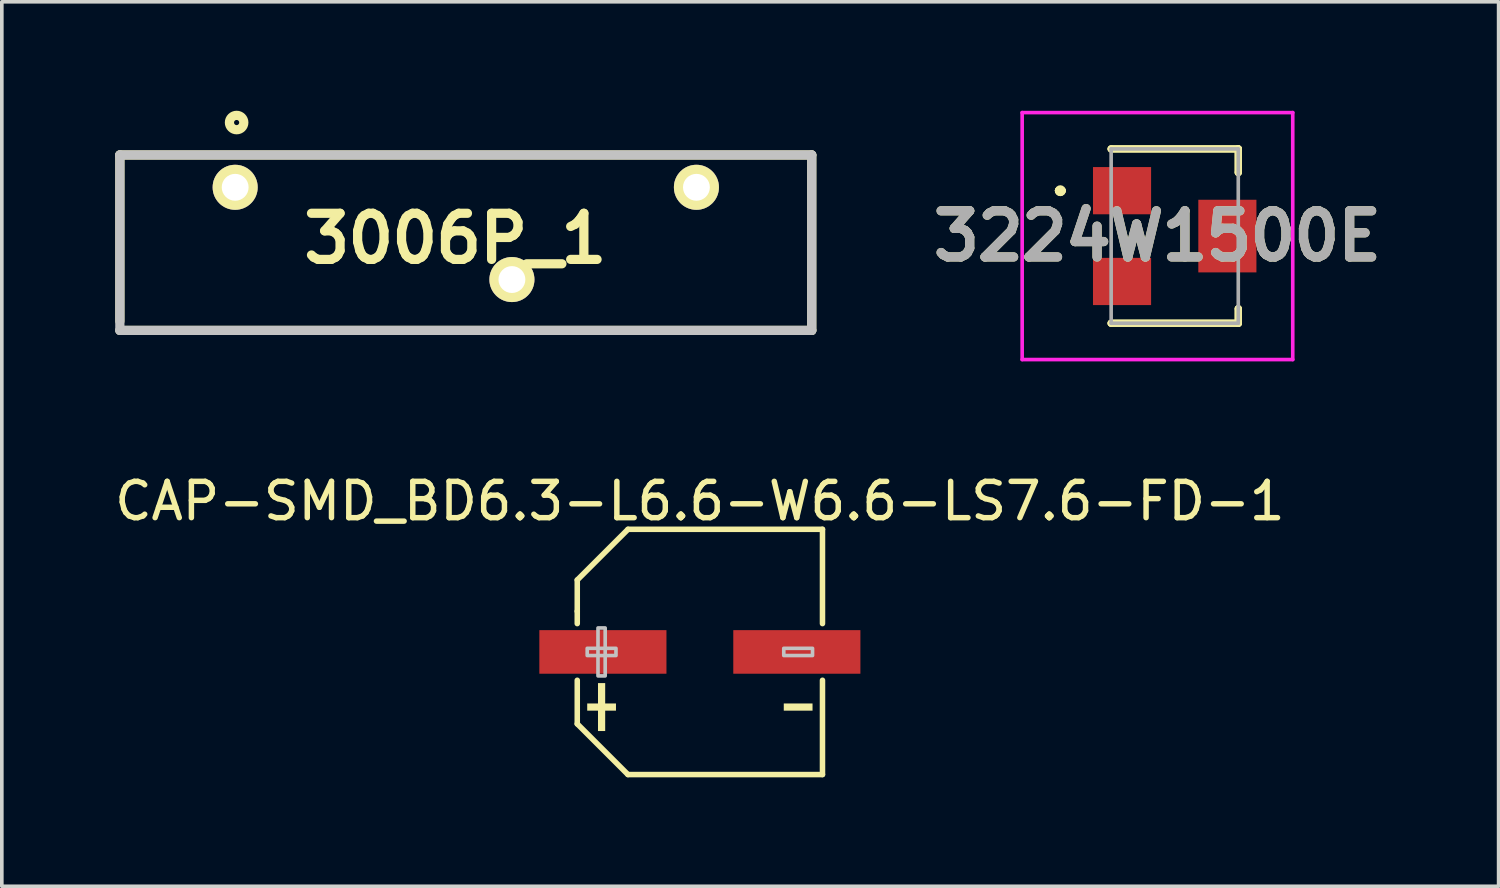
<source format=kicad_pcb>
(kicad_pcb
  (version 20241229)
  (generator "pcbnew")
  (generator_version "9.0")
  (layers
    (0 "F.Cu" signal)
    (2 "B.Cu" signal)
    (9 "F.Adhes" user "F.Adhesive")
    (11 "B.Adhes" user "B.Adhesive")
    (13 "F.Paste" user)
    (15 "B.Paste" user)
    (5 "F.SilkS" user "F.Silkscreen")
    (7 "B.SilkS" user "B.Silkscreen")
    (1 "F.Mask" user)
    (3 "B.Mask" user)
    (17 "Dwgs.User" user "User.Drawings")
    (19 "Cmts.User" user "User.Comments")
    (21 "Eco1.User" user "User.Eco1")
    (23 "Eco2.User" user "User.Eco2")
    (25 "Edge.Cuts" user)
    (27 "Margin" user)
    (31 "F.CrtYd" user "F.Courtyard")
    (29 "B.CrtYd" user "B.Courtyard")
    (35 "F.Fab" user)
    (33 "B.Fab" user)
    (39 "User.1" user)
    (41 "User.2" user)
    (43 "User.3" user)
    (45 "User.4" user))
  (footprint "3006P_1"
    (layer "F.Cu")
    (at 0.25 6.047)
    (property "Reference" "3006P_1" (at 9.238 -2.529 0) (layer "F.SilkS") (effects (font (size 1.27 1.27) (thickness 0.254))))
    (attr through_hole exclude_from_pos_files)
    (fp_line (start 0 -4.83) (end 19.05 -4.83) (stroke (width 0.254) (type solid)) (layer "F.SilkS"))
    (fp_line (start 0 -0.255) (end 0 -4.83) (stroke (width 0.254) (type solid)) (layer "F.SilkS"))
    (fp_line (start 19.05 -4.83) (end 19.05 0) (stroke (width 0.254) (type solid)) (layer "F.SilkS"))
    (fp_line (start 19.05 0) (end 0 0) (stroke (width 0.254) (type solid)) (layer "F.SilkS"))
    (fp_circle (center 3.215 -5.723) (end 3.017 -5.723) (stroke (width 0.254) (type solid)) (fill no) (layer "F.SilkS"))
    (fp_line (start 0 -4.83) (end 19.05 -4.83) (stroke (width 0.254) (type solid)) (layer "Dwgs.User"))
    (fp_line (start 0 0) (end 0 -4.83) (stroke (width 0.254) (type solid)) (layer "Dwgs.User"))
    (fp_line (start 19.05 -4.83) (end 19.05 0) (stroke (width 0.254) (type solid)) (layer "Dwgs.User"))
    (fp_line (start 19.05 0) (end 0 0) (stroke (width 0.254) (type solid)) (layer "Dwgs.User"))
    (pad "1" thru_hole circle (at 3.175 -3.94 90) (size 1.24 1.24) (drill 0.74) (layers "*.Cu" "*.Mask" "F.SilkS"))
    (pad "2" thru_hole circle (at 10.795 -1.4 90) (size 1.24 1.24) (drill 0.74) (layers "*.Cu" "*.Mask" "F.SilkS"))
    (pad "3" thru_hole circle (at 15.875 -3.94 90) (size 1.24 1.24) (drill 0.74) (layers "*.Cu" "*.Mask" "F.SilkS")))
  (footprint "CAP-SMD_BD6.3-L6.6-W6.6-LS7.6-FD-1"
    (layer "F.Cu")
    (at 16.22 14.9)
    (property "Reference" "CAP-SMD_BD6.3-L6.6-W6.6-LS7.6-FD-1" (at 0 -4.152 0) (layer "F.SilkS") (effects (font (size 1 1) (thickness 0.15))))
    (fp_line (start -3.376 -1.981) (end -3.376 -1.12) (stroke (width 0.152) (type default)) (layer "F.SilkS"))
    (fp_line (start -3.376 -1.12) (end -3.376 -0.78) (stroke (width 0.152) (type default)) (layer "F.SilkS"))
    (fp_line (start -3.376 0.78) (end -3.376 1.981) (stroke (width 0.152) (type default)) (layer "F.SilkS"))
    (fp_line (start -1.981 3.376) (end -3.376 1.981) (stroke (width 0.152) (type default)) (layer "F.SilkS"))
    (fp_line (start -1.979 -3.376) (end -3.376 -1.981) (stroke (width 0.152) (type default)) (layer "F.SilkS"))
    (fp_line (start 3.376 -3.376) (end -1.979 -3.376) (stroke (width 0.152) (type default)) (layer "F.SilkS"))
    (fp_line (start 3.376 -3.376) (end 3.376 -0.78) (stroke (width 0.152) (type default)) (layer "F.SilkS"))
    (fp_line (start 3.376 0.78) (end 3.376 3.376) (stroke (width 0.152) (type default)) (layer "F.SilkS"))
    (fp_line (start 3.376 3.376) (end -1.981 3.376) (stroke (width 0.152) (type default)) (layer "F.SilkS"))
    (fp_poly (pts (xy -3.102 1.419) (xy -3.102 1.617) (xy -2.31 1.617) (xy -2.31 1.419)) (stroke (width 0) (type default)) (fill yes) (layer "F.SilkS"))
    (fp_poly (pts (xy -2.805 0.858) (xy -2.805 2.178) (xy -2.607 2.178) (xy -2.607 0.858)) (stroke (width 0) (type default)) (fill yes) (layer "F.SilkS"))
    (fp_poly (pts (xy 3.102 1.419) (xy 3.102 1.617) (xy 2.31 1.617) (xy 2.31 1.419)) (stroke (width 0) (type default)) (fill yes) (layer "F.SilkS"))
    (fp_poly (pts (xy -3.102 -0.099) (xy -3.102 0.099) (xy -2.31 0.099) (xy -2.31 -0.099)) (stroke (width 0.1) (type default)) (fill no) (layer "Dwgs.User"))
    (fp_poly (pts (xy -2.805 -0.66) (xy -2.805 0.66) (xy -2.607 0.66) (xy -2.607 -0.66)) (stroke (width 0.1) (type default)) (fill no) (layer "Dwgs.User"))
    (fp_poly (pts (xy 3.102 -0.099) (xy 3.102 0.099) (xy 2.31 0.099) (xy 2.31 -0.099)) (stroke (width 0.1) (type default)) (fill no) (layer "Dwgs.User"))
    (fp_poly (pts (xy -3.8 -0.475) (xy -1.25 -0.475) (xy -1.25 0.475) (xy -3.8 0.475)) (stroke (width 0.1) (type default)) (fill no) (layer "User.1"))
    (fp_poly (pts (xy 1.25 -0.475) (xy 3.8 -0.475) (xy 3.8 0.475) (xy 1.25 0.475)) (stroke (width 0.1) (type default)) (fill no) (layer "User.1"))
    (fp_line (start -3.3 -1.98) (end -1.98 -3.3) (stroke (width 0.051) (type default)) (layer "User.2"))
    (fp_line (start -3.3 1.98) (end -3.3 -1.98) (stroke (width 0.051) (type default)) (layer "User.2"))
    (fp_line (start -1.98 -3.3) (end 3.3 -3.3) (stroke (width 0.051) (type default)) (layer "User.2"))
    (fp_line (start -1.98 3.3) (end -3.3 1.98) (stroke (width 0.051) (type default)) (layer "User.2"))
    (fp_line (start 3.3 -3.3) (end 3.3 3.3) (stroke (width 0.051) (type default)) (layer "User.2"))
    (fp_line (start 3.3 3.3) (end -1.98 3.3) (stroke (width 0.051) (type default)) (layer "User.2"))
    (fp_poly (pts (xy -3.745 3.277) (xy -3.777 3.245) (xy -3.823 3.245) (xy -3.855 3.277) (xy -3.855 3.323) (xy -3.823 3.355) (xy -3.777 3.355) (xy -3.745 3.323)) (stroke (width 0.1) (type default)) (fill no) (layer "User.3"))
    (pad "1" smd rect (at -2.67 0) (size 3.5 1.2) (layers "F.Cu" "F.Mask" "F.Paste"))
    (pad "2" smd rect (at 2.67 0) (size 3.5 1.2) (layers "F.Cu" "F.Mask" "F.Paste")))
  (footprint "3224W1500E"
    (layer "F.Cu")
    (at 29.294 3.45)
    (property "Reference" "3224W1500E" (at -0.475 0 0) (layer "F.SilkS") (effects (font (size 1.27 1.27) (thickness 0.254))))
    (attr smd)
    (fp_line (start -3.2 -1.25) (end -3.2 -1.25) (stroke (width 0.2) (type solid)) (layer "F.SilkS"))
    (fp_line (start -3.2 -1.25) (end -3.2 -1.25) (stroke (width 0.2) (type solid)) (layer "F.SilkS"))
    (fp_line (start -3.1 -1.25) (end -3.1 -1.25) (stroke (width 0.2) (type solid)) (layer "F.SilkS"))
    (fp_line (start -1.75 -2.4) (end -1.75 -2.4) (stroke (width 0.2) (type solid)) (layer "F.SilkS"))
    (fp_line (start -1.75 -2.4) (end 1.75 -2.4) (stroke (width 0.2) (type solid)) (layer "F.SilkS"))
    (fp_line (start -1.75 2.4) (end -1.75 2.4) (stroke (width 0.2) (type solid)) (layer "F.SilkS"))
    (fp_line (start -1.75 2.4) (end 1.75 2.4) (stroke (width 0.2) (type solid)) (layer "F.SilkS"))
    (fp_line (start 1.75 -2.4) (end -1.75 -2.4) (stroke (width 0.2) (type solid)) (layer "F.SilkS"))
    (fp_line (start 1.75 -2.4) (end 1.75 -2.4) (stroke (width 0.2) (type solid)) (layer "F.SilkS"))
    (fp_line (start 1.75 -2.4) (end 1.75 -2.4) (stroke (width 0.2) (type solid)) (layer "F.SilkS"))
    (fp_line (start 1.75 -2.4) (end 1.75 -1.75) (stroke (width 0.2) (type solid)) (layer "F.SilkS"))
    (fp_line (start 1.75 -1.75) (end 1.75 -2.4) (stroke (width 0.2) (type solid)) (layer "F.SilkS"))
    (fp_line (start 1.75 -1.75) (end 1.75 -1.75) (stroke (width 0.2) (type solid)) (layer "F.SilkS"))
    (fp_line (start 1.75 2) (end 1.75 2) (stroke (width 0.2) (type solid)) (layer "F.SilkS"))
    (fp_line (start 1.75 2) (end 1.75 2.4) (stroke (width 0.2) (type solid)) (layer "F.SilkS"))
    (fp_line (start 1.75 2.4) (end -1.75 2.4) (stroke (width 0.2) (type solid)) (layer "F.SilkS"))
    (fp_line (start 1.75 2.4) (end 1.75 2) (stroke (width 0.2) (type solid)) (layer "F.SilkS"))
    (fp_line (start 1.75 2.4) (end 1.75 2.4) (stroke (width 0.2) (type solid)) (layer "F.SilkS"))
    (fp_line (start 1.75 2.4) (end 1.75 2.4) (stroke (width 0.2) (type solid)) (layer "F.SilkS"))
    (fp_arc (start -3.2 -1.25) (mid -3.15 -1.3) (end -3.1 -1.25) (stroke (width 0.2) (type solid)) (layer "F.SilkS"))
    (fp_arc (start -3.1 -1.25) (mid -3.15 -1.2) (end -3.2 -1.25) (stroke (width 0.2) (type solid)) (layer "F.SilkS"))
    (fp_arc (start -3.1 -1.25) (mid -3.15 -1.2) (end -3.2 -1.25) (stroke (width 0.2) (type solid)) (layer "F.SilkS"))
    (fp_line (start -4.2 -3.4) (end 3.25 -3.4) (stroke (width 0.1) (type solid)) (layer "F.CrtYd"))
    (fp_line (start -4.2 3.4) (end -4.2 -3.4) (stroke (width 0.1) (type solid)) (layer "F.CrtYd"))
    (fp_line (start 3.25 -3.4) (end 3.25 3.4) (stroke (width 0.1) (type solid)) (layer "F.CrtYd"))
    (fp_line (start 3.25 3.4) (end -4.2 3.4) (stroke (width 0.1) (type solid)) (layer "F.CrtYd"))
    (fp_line (start -1.75 -2.4) (end -1.75 2.4) (stroke (width 0.1) (type solid)) (layer "F.Fab"))
    (fp_line (start -1.75 2.4) (end 1.75 2.4) (stroke (width 0.1) (type solid)) (layer "F.Fab"))
    (fp_line (start 1.75 -2.4) (end -1.75 -2.4) (stroke (width 0.1) (type solid)) (layer "F.Fab"))
    (fp_line (start 1.75 2.4) (end 1.75 -2.4) (stroke (width 0.1) (type solid)) (layer "F.Fab"))
    (fp_text user "${REFERENCE}" (at -0.475 0 0) (layer "F.Fab") (effects (font (size 1.27 1.27) (thickness 0.254))))
    (pad "1" smd rect (at -1.45 -1.25 90) (size 1.3 1.6) (layers "F.Cu" "F.Mask" "F.Paste"))
    (pad "2" smd rect (at 1.45 0) (size 1.6 2) (layers "F.Cu" "F.Mask" "F.Paste"))
    (pad "3" smd rect (at -1.45 1.25 90) (size 1.3 1.6) (layers "F.Cu" "F.Mask" "F.Paste")))
  (gr_rect
    (start -3 -3)
    (end 38.212 21.352)
    (stroke (width 0.1) (type default))
    (fill no)
    (layer "Edge.Cuts")))
</source>
